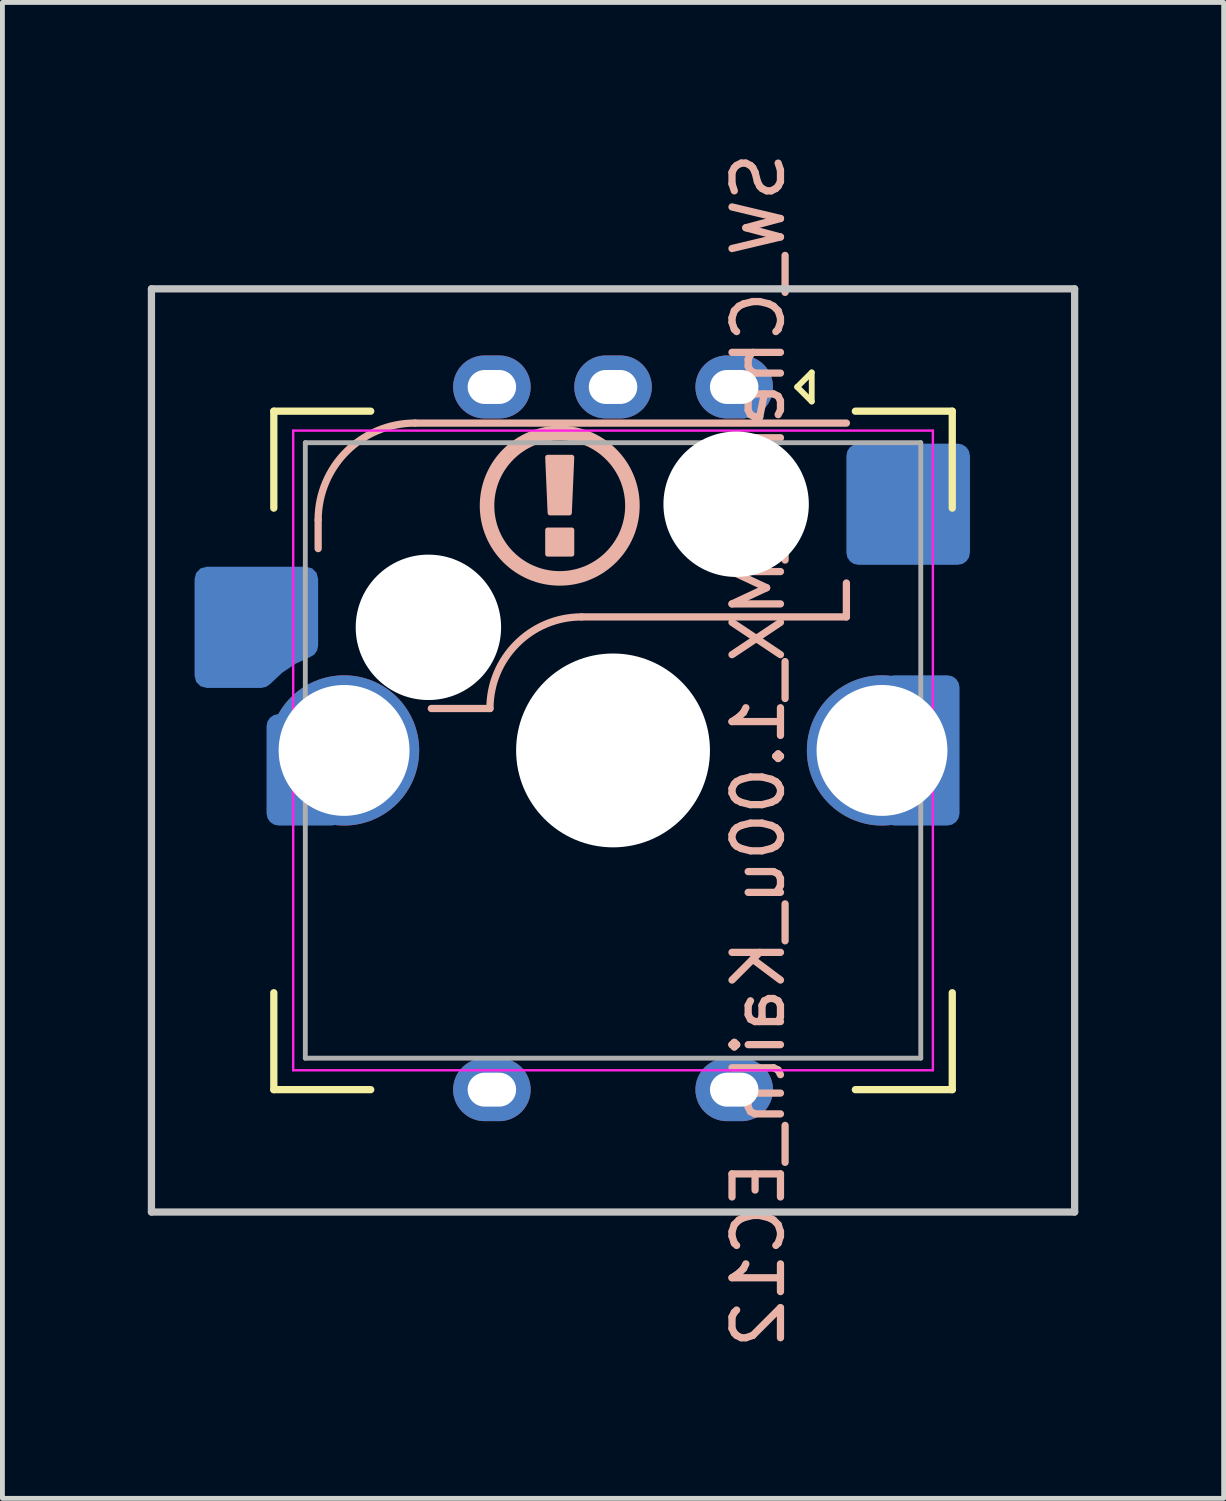
<source format=kicad_pcb>
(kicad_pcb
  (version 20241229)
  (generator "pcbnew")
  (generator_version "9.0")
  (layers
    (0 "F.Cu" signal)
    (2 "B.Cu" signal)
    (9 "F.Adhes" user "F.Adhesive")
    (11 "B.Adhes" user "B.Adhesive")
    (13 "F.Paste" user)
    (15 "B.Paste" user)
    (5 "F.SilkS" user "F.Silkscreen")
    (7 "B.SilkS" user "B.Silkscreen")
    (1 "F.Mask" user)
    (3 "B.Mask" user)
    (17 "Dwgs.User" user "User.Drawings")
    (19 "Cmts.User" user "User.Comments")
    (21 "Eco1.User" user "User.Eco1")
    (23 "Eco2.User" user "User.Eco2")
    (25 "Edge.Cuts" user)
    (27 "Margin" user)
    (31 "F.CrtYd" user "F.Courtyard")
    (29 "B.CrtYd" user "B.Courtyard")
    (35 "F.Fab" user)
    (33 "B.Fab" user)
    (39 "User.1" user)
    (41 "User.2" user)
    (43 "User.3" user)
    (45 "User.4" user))
  (footprint "SW_Cherry_MX_1.00u_Kailh_EC12"
    (layer "F.Cu")
    (at 9.6 12.435)
    (property "Reference" "SW_Cherry_MX_1.00u_Kailh_EC12" (at 3 0 270) (layer "B.SilkS") (effects (font (size 1 1) (thickness 0.15)) (justify mirror)))
    (attr through_hole)
    (fp_line (start -7 -7) (end -7 -5) (stroke (width 0.15) (type solid)) (layer "F.SilkS"))
    (fp_line (start -7 5) (end -7 7) (stroke (width 0.15) (type solid)) (layer "F.SilkS"))
    (fp_line (start -7 7) (end -5 7) (stroke (width 0.15) (type solid)) (layer "F.SilkS"))
    (fp_line (start -5 -7) (end -7 -7) (stroke (width 0.15) (type solid)) (layer "F.SilkS"))
    (fp_line (start 3.8 -7.5) (end 4.1 -7.8) (stroke (width 0.12) (type solid)) (layer "F.SilkS"))
    (fp_line (start 4.1 -7.8) (end 4.1 -7.2) (stroke (width 0.12) (type solid)) (layer "F.SilkS"))
    (fp_line (start 4.1 -7.2) (end 3.8 -7.5) (stroke (width 0.12) (type solid)) (layer "F.SilkS"))
    (fp_line (start 5 7) (end 7 7) (stroke (width 0.15) (type solid)) (layer "F.SilkS"))
    (fp_line (start 7 -7) (end 5 -7) (stroke (width 0.15) (type solid)) (layer "F.SilkS"))
    (fp_line (start 7 -5) (end 7 -7) (stroke (width 0.15) (type solid)) (layer "F.SilkS"))
    (fp_line (start 7 7) (end 7 5) (stroke (width 0.15) (type solid)) (layer "F.SilkS"))
    (fp_line (start -6.085 -4.165) (end -6.085 -4.755) (stroke (width 0.15) (type solid)) (layer "B.SilkS"))
    (fp_line (start -4.085 -6.755) (end 4.815 -6.755) (stroke (width 0.15) (type solid)) (layer "B.SilkS"))
    (fp_line (start -2.54 -0.865) (end -3.75 -0.865) (stroke (width 0.15) (type solid)) (layer "B.SilkS"))
    (fp_line (start -0.65 -2.755) (end 4.815 -2.755) (stroke (width 0.15) (type solid)) (layer "B.SilkS"))
    (fp_line (start 4.815 -2.755) (end 4.815 -3.455) (stroke (width 0.15) (type solid)) (layer "B.SilkS"))
    (fp_arc (start -6.085 -4.755) (mid -5.499214 -6.169214) (end -4.085 -6.755) (stroke (width 0.15) (type solid)) (layer "B.SilkS"))
    (fp_arc (start -2.54 -0.865) (mid -1.986432 -2.201432) (end -0.65 -2.755) (stroke (width 0.15) (type solid)) (layer "B.SilkS"))
    (fp_circle (center -1.1 -5.05) (end 0.4 -5.05) (stroke (width 0.3) (type solid)) (fill no) (layer "B.SilkS"))
    (fp_poly (pts (xy -0.9 -4.9) (xy -1.3 -4.9) (xy -1.35 -6.05) (xy -0.85 -6.05)) (stroke (width 0.1) (type solid)) (fill yes) (layer "B.SilkS"))
    (fp_poly (pts (xy -0.85 -4.05) (xy -1.35 -4.05) (xy -1.35 -4.55) (xy -0.85 -4.55)) (stroke (width 0.1) (type solid)) (fill yes) (layer "B.SilkS"))
    (fp_line (start -9.525 -9.525) (end 9.525 -9.525) (stroke (width 0.15) (type solid)) (layer "Dwgs.User"))
    (fp_line (start -9.525 9.525) (end -9.525 -9.525) (stroke (width 0.15) (type solid)) (layer "Dwgs.User"))
    (fp_line (start 9.525 -9.525) (end 9.525 9.525) (stroke (width 0.15) (type solid)) (layer "Dwgs.User"))
    (fp_line (start 9.525 9.525) (end -9.525 9.525) (stroke (width 0.15) (type solid)) (layer "Dwgs.User"))
    (fp_line (start -6.6 -6.6) (end 6.6 -6.6) (stroke (width 0.05) (type solid)) (layer "F.CrtYd"))
    (fp_line (start -6.6 6.6) (end -6.6 -6.6) (stroke (width 0.05) (type solid)) (layer "F.CrtYd"))
    (fp_line (start 6.6 -6.6) (end 6.6 6.6) (stroke (width 0.05) (type solid)) (layer "F.CrtYd"))
    (fp_line (start 6.6 6.6) (end -6.6 6.6) (stroke (width 0.05) (type solid)) (layer "F.CrtYd"))
    (fp_line (start -6.35 -6.35) (end 6.35 -6.35) (stroke (width 0.1) (type solid)) (layer "F.Fab"))
    (fp_line (start -6.35 6.35) (end -6.35 -6.35) (stroke (width 0.1) (type solid)) (layer "F.Fab"))
    (fp_line (start 6.35 -6.35) (end 6.35 6.35) (stroke (width 0.1) (type solid)) (layer "F.Fab"))
    (fp_line (start 6.35 6.35) (end -6.35 6.35) (stroke (width 0.1) (type solid)) (layer "F.Fab"))
    (pad "" np_thru_hole circle (at -3.81 -2.54) (size 3 3) (drill 3) (layers "*.Cu" "*.Mask"))
    (pad "" np_thru_hole circle (at 0 0 180) (size 4 4) (drill 4) (layers "*.Cu" "*.Mask"))
    (pad "" np_thru_hole circle (at 2.54 -5.08) (size 3 3) (drill 3) (layers "*.Cu" "*.Mask"))
    (pad "A" thru_hole oval (at 2.5 -7.5) (size 1.6 1.3) (drill oval 1 0.7) (layers "*.Cu" "*.Mask"))
    (pad "B" thru_hole oval (at -2.5 -7.5) (size 1.6 1.3) (drill oval 1 0.7) (layers "*.Cu" "*.Mask"))
    (pad "C" thru_hole oval (at 0 -7.5) (size 1.6 1.3) (drill oval 1 0.7) (layers "*.Cu" "*.Mask"))
    (pad "MP" smd roundrect (at -6.35 0.4) (size 1.6 2.3) (layers "B.Cu" "B.Mask") (roundrect_rratio 0.156))
    (pad "MP" thru_hole circle (at -5.55 0 270) (size 3.1 3.1) (drill 2.7) (layers "*.Cu" "*.Mask"))
    (pad "MP" thru_hole circle (at 5.55 0 270) (size 3.1 3.1) (drill 2.7) (layers "*.Cu" "*.Mask"))
    (pad "MP" smd roundrect (at 6.35 0) (size 1.6 3.1) (layers "B.Cu" "B.Mask") (roundrect_rratio 0.156))
    (pad "S1" thru_hole oval (at 2.5 7) (size 1.6 1.3) (drill oval 1 0.7) (layers "*.Cu" "*.Mask"))
    (pad "S1" smd roundrect (at 6.09 -5.08) (size 2.55 2.5) (layers "B.Cu" "B.Mask" "B.Paste") (roundrect_rratio 0.1))
    (pad "S2" smd custom (at -7.36 -2.54) (size 2 2) (layers "B.Cu" "B.Mask" "B.Paste") (options (anchor circle)) (primitives (gr_poly (pts (xy 1.11 0.613) (xy 0.807 0.752) (xy 0.53 0.939) (xy 0.287 1.167) (xy 0.203 1.228) (xy 0.102 1.25) (xy -1.025 1.25) (xy -1.15 1.217) (xy -1.242 1.125) (xy -1.275 1) (xy -1.275 -1) (xy -1.242 -1.125) (xy -1.15 -1.217) (xy -1.025 -1.25) (xy 1.025 -1.25) (xy 1.15 -1.217) (xy 1.242 -1.125) (xy 1.275 -1) (xy 1.275 0.378) (xy 1.255 0.477) (xy 1.196 0.56)) (width 0) (fill yes))))
    (pad "S2" thru_hole oval (at -2.5 7) (size 1.6 1.3) (drill oval 1 0.7) (layers "*.Cu" "*.Mask")))
  (gr_rect
    (start -3 -3)
    (end 22.2 27.869)
    (stroke (width 0.1) (type default))
    (fill no)
    (layer "Edge.Cuts")))
</source>
